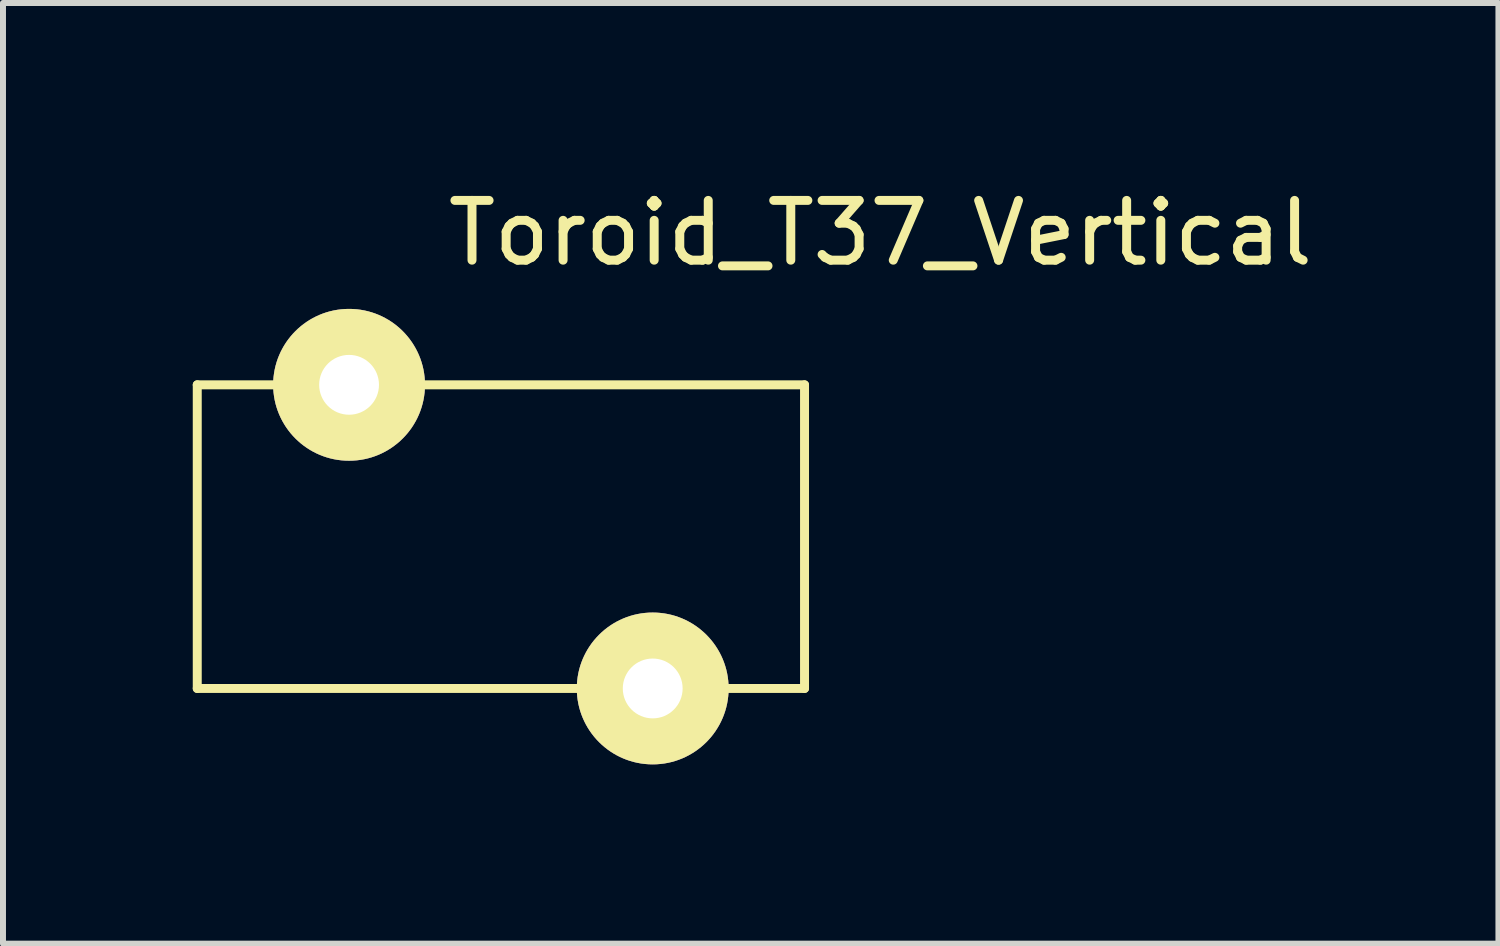
<source format=kicad_pcb>
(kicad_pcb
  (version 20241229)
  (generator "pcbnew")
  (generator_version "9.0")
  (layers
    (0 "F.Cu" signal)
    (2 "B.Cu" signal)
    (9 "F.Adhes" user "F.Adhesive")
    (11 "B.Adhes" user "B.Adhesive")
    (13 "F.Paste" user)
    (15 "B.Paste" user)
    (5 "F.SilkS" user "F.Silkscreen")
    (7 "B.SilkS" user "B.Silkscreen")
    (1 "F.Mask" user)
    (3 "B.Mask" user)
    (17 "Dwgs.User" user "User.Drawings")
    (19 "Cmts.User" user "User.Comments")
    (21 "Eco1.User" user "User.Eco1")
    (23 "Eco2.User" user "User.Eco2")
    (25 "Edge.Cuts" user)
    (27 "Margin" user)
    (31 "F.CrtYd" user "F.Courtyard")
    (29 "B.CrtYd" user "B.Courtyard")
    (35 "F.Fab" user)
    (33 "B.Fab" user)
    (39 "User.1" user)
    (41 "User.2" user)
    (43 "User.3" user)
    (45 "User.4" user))
  (footprint "Toroid_T37_Vertical"
    (layer "F.Cu")
    (at 0.25 8.468)
    (property "Reference" "Toroid_T37_Vertical" (at 11.43 -7.62 0) (layer "F.SilkS") (effects (font (size 1 1) (thickness 0.15))))
    (attr through_hole)
    (fp_line (start 0 -5.08) (end 0 0) (stroke (width 0.15) (type solid)) (layer "F.SilkS"))
    (fp_line (start 0 -5.08) (end 1.27 -5.08) (stroke (width 0.15) (type solid)) (layer "F.SilkS"))
    (fp_line (start 0 0) (end 6.35 0) (stroke (width 0.15) (type solid)) (layer "F.SilkS"))
    (fp_line (start 10.16 -5.08) (end 3.81 -5.08) (stroke (width 0.15) (type solid)) (layer "F.SilkS"))
    (fp_line (start 10.16 0) (end 8.89 0) (stroke (width 0.15) (type solid)) (layer "F.SilkS"))
    (fp_line (start 10.16 0) (end 10.16 -5.08) (stroke (width 0.15) (type solid)) (layer "F.SilkS"))
    (pad "1" thru_hole circle (at 7.62 0) (size 2.54 2.54) (drill 1.001) (layers "*.Cu" "*.Mask" "F.SilkS"))
    (pad "2" thru_hole circle (at 2.54 -5.08) (size 2.54 2.54) (drill 1.001) (layers "*.Cu" "*.Mask" "F.SilkS")))
  (gr_rect
    (start -3 -3)
    (end 22.019 12.738)
    (stroke (width 0.1) (type default))
    (fill no)
    (layer "Edge.Cuts")))
</source>
